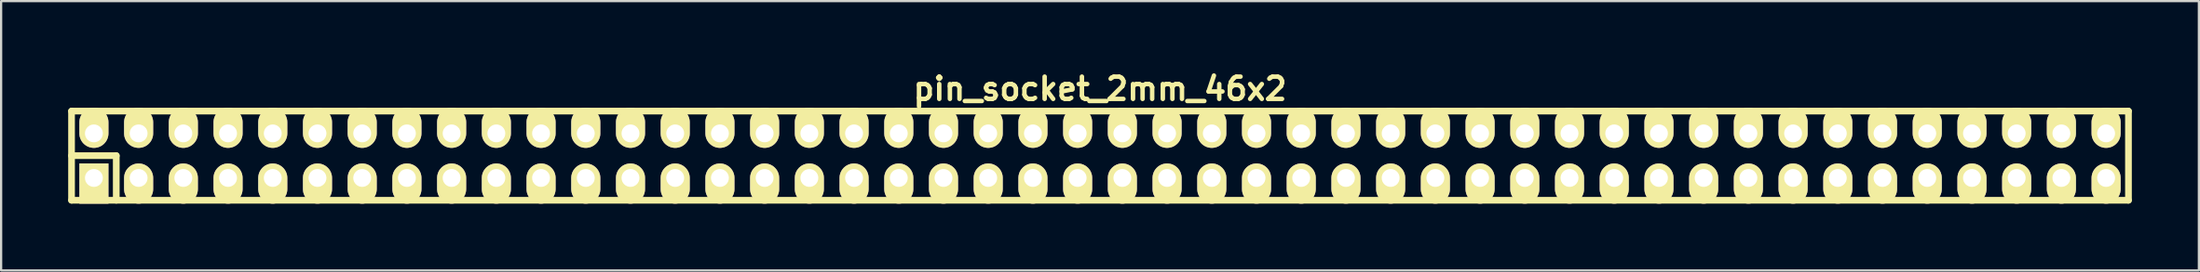
<source format=kicad_pcb>
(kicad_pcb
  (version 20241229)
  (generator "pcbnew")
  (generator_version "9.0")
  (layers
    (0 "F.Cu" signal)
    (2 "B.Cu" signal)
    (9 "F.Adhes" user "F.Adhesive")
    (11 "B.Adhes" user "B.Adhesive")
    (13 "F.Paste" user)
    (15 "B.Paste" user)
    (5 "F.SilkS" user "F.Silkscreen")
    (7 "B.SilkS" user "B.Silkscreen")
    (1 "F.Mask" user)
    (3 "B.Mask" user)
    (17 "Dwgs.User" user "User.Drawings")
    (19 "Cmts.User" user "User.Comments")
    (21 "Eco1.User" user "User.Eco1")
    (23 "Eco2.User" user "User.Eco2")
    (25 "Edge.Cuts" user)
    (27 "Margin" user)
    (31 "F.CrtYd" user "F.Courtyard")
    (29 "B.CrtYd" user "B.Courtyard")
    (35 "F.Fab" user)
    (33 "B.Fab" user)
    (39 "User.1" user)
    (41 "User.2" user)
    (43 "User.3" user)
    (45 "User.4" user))
  (footprint "pin_socket_2mm_46x2"
    (layer "F.Cu")
    (at 46.15 3.936)
    (property "Reference" "pin_socket_2mm_46x2" (at 0 -3 0) (layer "F.SilkS") (effects (font (size 1 1) (thickness 0.2))))
    (attr through_hole)
    (fp_line (start -46 -2) (end 46 -2) (stroke (width 0.3) (type solid)) (layer "F.SilkS"))
    (fp_line (start -46 0) (end -44 0) (stroke (width 0.3) (type solid)) (layer "F.SilkS"))
    (fp_line (start -46 2) (end -46 -2) (stroke (width 0.3) (type solid)) (layer "F.SilkS"))
    (fp_line (start -44 0) (end -44 2) (stroke (width 0.3) (type solid)) (layer "F.SilkS"))
    (fp_line (start 46 -2) (end 46 2) (stroke (width 0.3) (type solid)) (layer "F.SilkS"))
    (fp_line (start 46 2) (end -46 2) (stroke (width 0.3) (type solid)) (layer "F.SilkS"))
    (pad "1" thru_hole rect (at -45 1) (size 1.3 1.8) (drill 0.8 (offset 0 0.25)) (layers "*.Cu" "*.Mask" "F.SilkS"))
    (pad "2" thru_hole oval (at -45 -1) (size 1.3 1.8) (drill 0.8 (offset 0 -0.25)) (layers "*.Cu" "*.Mask" "F.SilkS"))
    (pad "3" thru_hole oval (at -43 1) (size 1.3 1.8) (drill 0.8 (offset 0 0.25)) (layers "*.Cu" "*.Mask" "F.SilkS"))
    (pad "4" thru_hole oval (at -43 -1) (size 1.3 1.8) (drill 0.8 (offset 0 -0.25)) (layers "*.Cu" "*.Mask" "F.SilkS"))
    (pad "5" thru_hole oval (at -41 1) (size 1.3 1.8) (drill 0.8 (offset 0 0.25)) (layers "*.Cu" "*.Mask" "F.SilkS"))
    (pad "6" thru_hole oval (at -41 -1) (size 1.3 1.8) (drill 0.8 (offset 0 -0.25)) (layers "*.Cu" "*.Mask" "F.SilkS"))
    (pad "7" thru_hole oval (at -39 1) (size 1.3 1.8) (drill 0.8 (offset 0 0.25)) (layers "*.Cu" "*.Mask" "F.SilkS"))
    (pad "8" thru_hole oval (at -39 -1) (size 1.3 1.8) (drill 0.8 (offset 0 -0.25)) (layers "*.Cu" "*.Mask" "F.SilkS"))
    (pad "9" thru_hole oval (at -37 1) (size 1.3 1.8) (drill 0.8 (offset 0 0.25)) (layers "*.Cu" "*.Mask" "F.SilkS"))
    (pad "10" thru_hole oval (at -37 -1) (size 1.3 1.8) (drill 0.8 (offset 0 -0.25)) (layers "*.Cu" "*.Mask" "F.SilkS"))
    (pad "11" thru_hole oval (at -35 1) (size 1.3 1.8) (drill 0.8 (offset 0 0.25)) (layers "*.Cu" "*.Mask" "F.SilkS"))
    (pad "12" thru_hole oval (at -35 -1) (size 1.3 1.8) (drill 0.8 (offset 0 -0.25)) (layers "*.Cu" "*.Mask" "F.SilkS"))
    (pad "13" thru_hole oval (at -33 1) (size 1.3 1.8) (drill 0.8 (offset 0 0.25)) (layers "*.Cu" "*.Mask" "F.SilkS"))
    (pad "14" thru_hole oval (at -33 -1) (size 1.3 1.8) (drill 0.8 (offset 0 -0.25)) (layers "*.Cu" "*.Mask" "F.SilkS"))
    (pad "15" thru_hole oval (at -31 1) (size 1.3 1.8) (drill 0.8 (offset 0 0.25)) (layers "*.Cu" "*.Mask" "F.SilkS"))
    (pad "16" thru_hole oval (at -31 -1) (size 1.3 1.8) (drill 0.8 (offset 0 -0.25)) (layers "*.Cu" "*.Mask" "F.SilkS"))
    (pad "17" thru_hole oval (at -29 1) (size 1.3 1.8) (drill 0.8 (offset 0 0.25)) (layers "*.Cu" "*.Mask" "F.SilkS"))
    (pad "18" thru_hole oval (at -29 -1) (size 1.3 1.8) (drill 0.8 (offset 0 -0.25)) (layers "*.Cu" "*.Mask" "F.SilkS"))
    (pad "19" thru_hole oval (at -27 1) (size 1.3 1.8) (drill 0.8 (offset 0 0.25)) (layers "*.Cu" "*.Mask" "F.SilkS"))
    (pad "20" thru_hole oval (at -27 -1) (size 1.3 1.8) (drill 0.8 (offset 0 -0.25)) (layers "*.Cu" "*.Mask" "F.SilkS"))
    (pad "21" thru_hole oval (at -25 1) (size 1.3 1.8) (drill 0.8 (offset 0 0.25)) (layers "*.Cu" "*.Mask" "F.SilkS"))
    (pad "22" thru_hole oval (at -25 -1) (size 1.3 1.8) (drill 0.8 (offset 0 -0.25)) (layers "*.Cu" "*.Mask" "F.SilkS"))
    (pad "23" thru_hole oval (at -23 1) (size 1.3 1.8) (drill 0.8 (offset 0 0.25)) (layers "*.Cu" "*.Mask" "F.SilkS"))
    (pad "24" thru_hole oval (at -23 -1) (size 1.3 1.8) (drill 0.8 (offset 0 -0.25)) (layers "*.Cu" "*.Mask" "F.SilkS"))
    (pad "25" thru_hole oval (at -21 1) (size 1.3 1.8) (drill 0.8 (offset 0 0.25)) (layers "*.Cu" "*.Mask" "F.SilkS"))
    (pad "26" thru_hole oval (at -21 -1) (size 1.3 1.8) (drill 0.8 (offset 0 -0.25)) (layers "*.Cu" "*.Mask" "F.SilkS"))
    (pad "27" thru_hole oval (at -19 1) (size 1.3 1.8) (drill 0.8 (offset 0 0.25)) (layers "*.Cu" "*.Mask" "F.SilkS"))
    (pad "28" thru_hole oval (at -19 -1) (size 1.3 1.8) (drill 0.8 (offset 0 -0.25)) (layers "*.Cu" "*.Mask" "F.SilkS"))
    (pad "29" thru_hole oval (at -17 1) (size 1.3 1.8) (drill 0.8 (offset 0 0.25)) (layers "*.Cu" "*.Mask" "F.SilkS"))
    (pad "30" thru_hole oval (at -17 -1) (size 1.3 1.8) (drill 0.8 (offset 0 -0.25)) (layers "*.Cu" "*.Mask" "F.SilkS"))
    (pad "31" thru_hole oval (at -15 1) (size 1.3 1.8) (drill 0.8 (offset 0 0.25)) (layers "*.Cu" "*.Mask" "F.SilkS"))
    (pad "32" thru_hole oval (at -15 -1) (size 1.3 1.8) (drill 0.8 (offset 0 -0.25)) (layers "*.Cu" "*.Mask" "F.SilkS"))
    (pad "33" thru_hole oval (at -13 1) (size 1.3 1.8) (drill 0.8 (offset 0 0.25)) (layers "*.Cu" "*.Mask" "F.SilkS"))
    (pad "34" thru_hole oval (at -13 -1) (size 1.3 1.8) (drill 0.8 (offset 0 -0.25)) (layers "*.Cu" "*.Mask" "F.SilkS"))
    (pad "35" thru_hole oval (at -11 1) (size 1.3 1.8) (drill 0.8 (offset 0 0.25)) (layers "*.Cu" "*.Mask" "F.SilkS"))
    (pad "36" thru_hole oval (at -11 -1) (size 1.3 1.8) (drill 0.8 (offset 0 -0.25)) (layers "*.Cu" "*.Mask" "F.SilkS"))
    (pad "37" thru_hole oval (at -9 1) (size 1.3 1.8) (drill 0.8 (offset 0 0.25)) (layers "*.Cu" "*.Mask" "F.SilkS"))
    (pad "38" thru_hole oval (at -9 -1) (size 1.3 1.8) (drill 0.8 (offset 0 -0.25)) (layers "*.Cu" "*.Mask" "F.SilkS"))
    (pad "39" thru_hole oval (at -7 1) (size 1.3 1.8) (drill 0.8 (offset 0 0.25)) (layers "*.Cu" "*.Mask" "F.SilkS"))
    (pad "40" thru_hole oval (at -7 -1) (size 1.3 1.8) (drill 0.8 (offset 0 -0.25)) (layers "*.Cu" "*.Mask" "F.SilkS"))
    (pad "41" thru_hole oval (at -5 1) (size 1.3 1.8) (drill 0.8 (offset 0 0.25)) (layers "*.Cu" "*.Mask" "F.SilkS"))
    (pad "42" thru_hole oval (at -5 -1) (size 1.3 1.8) (drill 0.8 (offset 0 -0.25)) (layers "*.Cu" "*.Mask" "F.SilkS"))
    (pad "43" thru_hole oval (at -3 1) (size 1.3 1.8) (drill 0.8 (offset 0 0.25)) (layers "*.Cu" "*.Mask" "F.SilkS"))
    (pad "44" thru_hole oval (at -3 -1) (size 1.3 1.8) (drill 0.8 (offset 0 -0.25)) (layers "*.Cu" "*.Mask" "F.SilkS"))
    (pad "45" thru_hole oval (at -1 1) (size 1.3 1.8) (drill 0.8 (offset 0 0.25)) (layers "*.Cu" "*.Mask" "F.SilkS"))
    (pad "46" thru_hole oval (at -1 -1) (size 1.3 1.8) (drill 0.8 (offset 0 -0.25)) (layers "*.Cu" "*.Mask" "F.SilkS"))
    (pad "47" thru_hole oval (at 1 1) (size 1.3 1.8) (drill 0.8 (offset 0 0.25)) (layers "*.Cu" "*.Mask" "F.SilkS"))
    (pad "48" thru_hole oval (at 1 -1) (size 1.3 1.8) (drill 0.8 (offset 0 -0.25)) (layers "*.Cu" "*.Mask" "F.SilkS"))
    (pad "49" thru_hole oval (at 3 1) (size 1.3 1.8) (drill 0.8 (offset 0 0.25)) (layers "*.Cu" "*.Mask" "F.SilkS"))
    (pad "50" thru_hole oval (at 3 -1) (size 1.3 1.8) (drill 0.8 (offset 0 -0.25)) (layers "*.Cu" "*.Mask" "F.SilkS"))
    (pad "51" thru_hole oval (at 5 1) (size 1.3 1.8) (drill 0.8 (offset 0 0.25)) (layers "*.Cu" "*.Mask" "F.SilkS"))
    (pad "52" thru_hole oval (at 5 -1) (size 1.3 1.8) (drill 0.8 (offset 0 -0.25)) (layers "*.Cu" "*.Mask" "F.SilkS"))
    (pad "53" thru_hole oval (at 7 1) (size 1.3 1.8) (drill 0.8 (offset 0 0.25)) (layers "*.Cu" "*.Mask" "F.SilkS"))
    (pad "54" thru_hole oval (at 7 -1) (size 1.3 1.8) (drill 0.8 (offset 0 -0.25)) (layers "*.Cu" "*.Mask" "F.SilkS"))
    (pad "55" thru_hole oval (at 9 1) (size 1.3 1.8) (drill 0.8 (offset 0 0.25)) (layers "*.Cu" "*.Mask" "F.SilkS"))
    (pad "56" thru_hole oval (at 9 -1) (size 1.3 1.8) (drill 0.8 (offset 0 -0.25)) (layers "*.Cu" "*.Mask" "F.SilkS"))
    (pad "57" thru_hole oval (at 11 1) (size 1.3 1.8) (drill 0.8 (offset 0 0.25)) (layers "*.Cu" "*.Mask" "F.SilkS"))
    (pad "58" thru_hole oval (at 11 -1) (size 1.3 1.8) (drill 0.8 (offset 0 -0.25)) (layers "*.Cu" "*.Mask" "F.SilkS"))
    (pad "59" thru_hole oval (at 13 1) (size 1.3 1.8) (drill 0.8 (offset 0 0.25)) (layers "*.Cu" "*.Mask" "F.SilkS"))
    (pad "60" thru_hole oval (at 13 -1) (size 1.3 1.8) (drill 0.8 (offset 0 -0.25)) (layers "*.Cu" "*.Mask" "F.SilkS"))
    (pad "61" thru_hole oval (at 15 1) (size 1.3 1.8) (drill 0.8 (offset 0 0.25)) (layers "*.Cu" "*.Mask" "F.SilkS"))
    (pad "62" thru_hole oval (at 15 -1) (size 1.3 1.8) (drill 0.8 (offset 0 -0.25)) (layers "*.Cu" "*.Mask" "F.SilkS"))
    (pad "63" thru_hole oval (at 17 1) (size 1.3 1.8) (drill 0.8 (offset 0 0.25)) (layers "*.Cu" "*.Mask" "F.SilkS"))
    (pad "64" thru_hole oval (at 17 -1) (size 1.3 1.8) (drill 0.8 (offset 0 -0.25)) (layers "*.Cu" "*.Mask" "F.SilkS"))
    (pad "65" thru_hole oval (at 19 1) (size 1.3 1.8) (drill 0.8 (offset 0 0.25)) (layers "*.Cu" "*.Mask" "F.SilkS"))
    (pad "66" thru_hole oval (at 19 -1) (size 1.3 1.8) (drill 0.8 (offset 0 -0.25)) (layers "*.Cu" "*.Mask" "F.SilkS"))
    (pad "67" thru_hole oval (at 21 1) (size 1.3 1.8) (drill 0.8 (offset 0 0.25)) (layers "*.Cu" "*.Mask" "F.SilkS"))
    (pad "68" thru_hole oval (at 21 -1) (size 1.3 1.8) (drill 0.8 (offset 0 -0.25)) (layers "*.Cu" "*.Mask" "F.SilkS"))
    (pad "69" thru_hole oval (at 23 1) (size 1.3 1.8) (drill 0.8 (offset 0 0.25)) (layers "*.Cu" "*.Mask" "F.SilkS"))
    (pad "70" thru_hole oval (at 23 -1) (size 1.3 1.8) (drill 0.8 (offset 0 -0.25)) (layers "*.Cu" "*.Mask" "F.SilkS"))
    (pad "71" thru_hole oval (at 25 1) (size 1.3 1.8) (drill 0.8 (offset 0 0.25)) (layers "*.Cu" "*.Mask" "F.SilkS"))
    (pad "72" thru_hole oval (at 25 -1) (size 1.3 1.8) (drill 0.8 (offset 0 -0.25)) (layers "*.Cu" "*.Mask" "F.SilkS"))
    (pad "73" thru_hole oval (at 27 1) (size 1.3 1.8) (drill 0.8 (offset 0 0.25)) (layers "*.Cu" "*.Mask" "F.SilkS"))
    (pad "74" thru_hole oval (at 27 -1) (size 1.3 1.8) (drill 0.8 (offset 0 -0.25)) (layers "*.Cu" "*.Mask" "F.SilkS"))
    (pad "75" thru_hole oval (at 29 1) (size 1.3 1.8) (drill 0.8 (offset 0 0.25)) (layers "*.Cu" "*.Mask" "F.SilkS"))
    (pad "76" thru_hole oval (at 29 -1) (size 1.3 1.8) (drill 0.8 (offset 0 -0.25)) (layers "*.Cu" "*.Mask" "F.SilkS"))
    (pad "77" thru_hole oval (at 31 1) (size 1.3 1.8) (drill 0.8 (offset 0 0.25)) (layers "*.Cu" "*.Mask" "F.SilkS"))
    (pad "78" thru_hole oval (at 31 -1) (size 1.3 1.8) (drill 0.8 (offset 0 -0.25)) (layers "*.Cu" "*.Mask" "F.SilkS"))
    (pad "79" thru_hole oval (at 33 1) (size 1.3 1.8) (drill 0.8 (offset 0 0.25)) (layers "*.Cu" "*.Mask" "F.SilkS"))
    (pad "80" thru_hole oval (at 33 -1) (size 1.3 1.8) (drill 0.8 (offset 0 -0.25)) (layers "*.Cu" "*.Mask" "F.SilkS"))
    (pad "81" thru_hole oval (at 35 1) (size 1.3 1.8) (drill 0.8 (offset 0 0.25)) (layers "*.Cu" "*.Mask" "F.SilkS"))
    (pad "82" thru_hole oval (at 35 -1) (size 1.3 1.8) (drill 0.8 (offset 0 -0.25)) (layers "*.Cu" "*.Mask" "F.SilkS"))
    (pad "83" thru_hole oval (at 37 1) (size 1.3 1.8) (drill 0.8 (offset 0 0.25)) (layers "*.Cu" "*.Mask" "F.SilkS"))
    (pad "84" thru_hole oval (at 37 -1) (size 1.3 1.8) (drill 0.8 (offset 0 -0.25)) (layers "*.Cu" "*.Mask" "F.SilkS"))
    (pad "85" thru_hole oval (at 39 1) (size 1.3 1.8) (drill 0.8 (offset 0 0.25)) (layers "*.Cu" "*.Mask" "F.SilkS"))
    (pad "86" thru_hole oval (at 39 -1) (size 1.3 1.8) (drill 0.8 (offset 0 -0.25)) (layers "*.Cu" "*.Mask" "F.SilkS"))
    (pad "87" thru_hole oval (at 41 1) (size 1.3 1.8) (drill 0.8 (offset 0 0.25)) (layers "*.Cu" "*.Mask" "F.SilkS"))
    (pad "88" thru_hole oval (at 41 -1) (size 1.3 1.8) (drill 0.8 (offset 0 -0.25)) (layers "*.Cu" "*.Mask" "F.SilkS"))
    (pad "89" thru_hole oval (at 43 1) (size 1.3 1.8) (drill 0.8 (offset 0 0.25)) (layers "*.Cu" "*.Mask" "F.SilkS"))
    (pad "90" thru_hole oval (at 43 -1) (size 1.3 1.8) (drill 0.8 (offset 0 -0.25)) (layers "*.Cu" "*.Mask" "F.SilkS"))
    (pad "91" thru_hole oval (at 45 1) (size 1.3 1.8) (drill 0.8 (offset 0 0.25)) (layers "*.Cu" "*.Mask" "F.SilkS"))
    (pad "92" thru_hole oval (at 45 -1) (size 1.3 1.8) (drill 0.8 (offset 0 -0.25)) (layers "*.Cu" "*.Mask" "F.SilkS")))
  (gr_rect
    (start -3 -3)
    (end 95.3 9.086)
    (stroke (width 0.1) (type default))
    (fill no)
    (layer "Edge.Cuts")))
</source>
